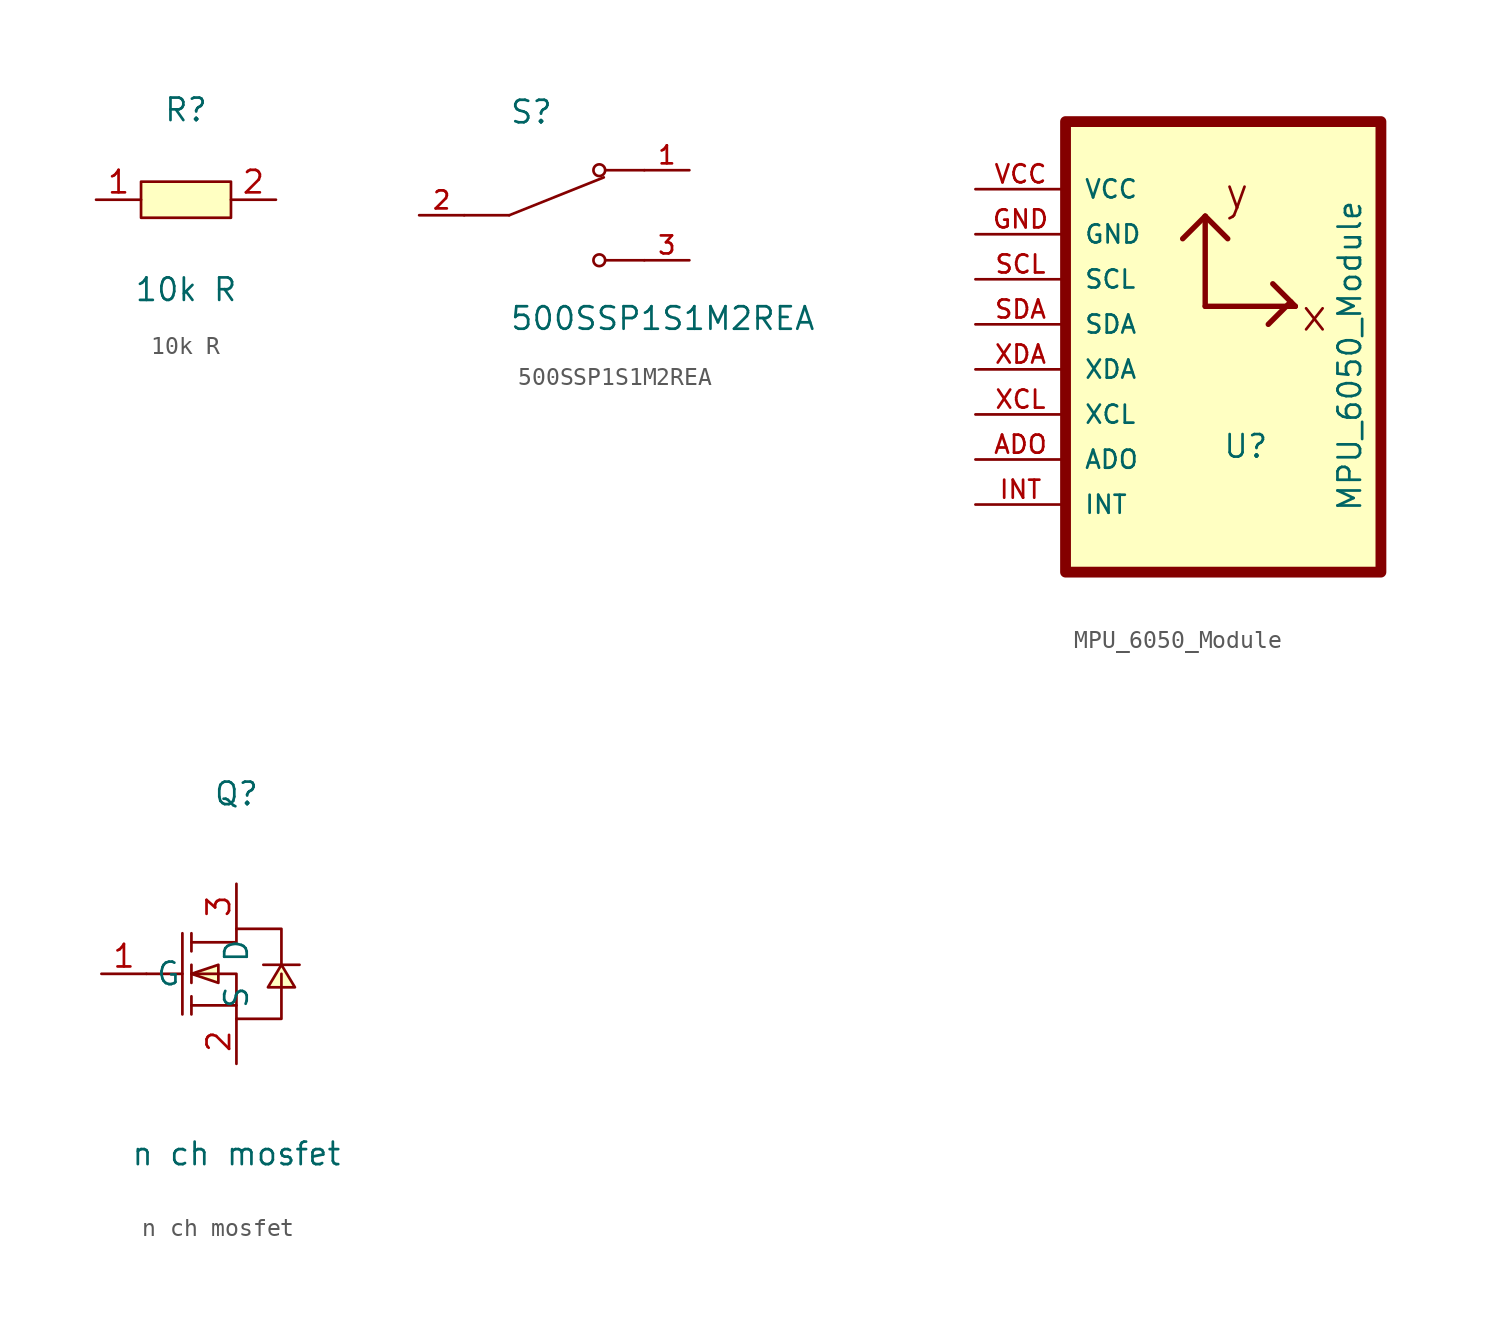
<source format=kicad_sym>
(kicad_symbol_lib
  (version 20241209)
  (generator "kicad_symbol_editor")
  (generator_version "9.0")
  (symbol "10k R"
    (property "Reference" "R"
      (at 0 5.08 0)
      (effects (font (size 1.27 1.27))))
    (property "Value" "10k R"
      (at 0 -5.08 0)
      (effects (font (size 1.27 1.27))))
    (symbol "10k R_0_1"
      (rectangle (start -2.54 1.02) (end 2.54 -1.02) (stroke (width 0) (type default)) (fill (type background))))
    (symbol "10k R_1_1"
      (pin input line (at -5.08 0 0) (length 2.54) (name "" (effects (font (size 1.27 1.27)))) (number "1" (effects (font (size 1.27 1.27)))))
      (pin input line (at 5.08 0 180) (length 2.54) (name "" (effects (font (size 1.27 1.27)))) (number "2" (effects (font (size 1.27 1.27)))))))
  (symbol "500SSP1S1M2REA"
    (pin_names
      (offset 1.016))
    (property "Reference" "S"
      (at -2.54 5.08 0)
      (effects (font (size 1.27 1.27)) (justify left bottom)))
    (property "Value" "500SSP1S1M2REA"
      (at -2.54 -5.08 0)
      (effects (font (size 1.27 1.27)) (justify left top)))
    (symbol "500SSP1S1M2REA_0_0"
      (polyline (pts (xy -2.54 0) (xy -5.08 0)) (stroke (width 0.152) (type default)) (fill (type none)))
      (polyline (pts (xy -2.54 0) (xy 2.794 2.134)) (stroke (width 0.152) (type default)) (fill (type none)))
      (circle (center 2.54 2.54) (radius 0.33) (stroke (width 0.152) (type default)) (fill (type none)))
      (circle (center 2.54 -2.54) (radius 0.33) (stroke (width 0.152) (type default)) (fill (type none)))
      (polyline (pts (xy 5.08 2.54) (xy 2.921 2.54)) (stroke (width 0.152) (type default)) (fill (type none)))
      (polyline (pts (xy 5.08 -2.54) (xy 2.921 -2.54)) (stroke (width 0.152) (type default)) (fill (type none)))
      (pin passive line (at -7.62 0 0) (length 2.54) (name "~" (effects (font (size 1.016 1.016)))) (number "2" (effects (font (size 1.016 1.016)))))
      (pin passive line (at 7.62 2.54 180) (length 2.54) (name "~" (effects (font (size 1.016 1.016)))) (number "1" (effects (font (size 1.016 1.016)))))
      (pin passive line (at 7.62 -2.54 180) (length 2.54) (name "~" (effects (font (size 1.016 1.016)))) (number "3" (effects (font (size 1.016 1.016)))))))
  (symbol "MPU_6050_Module"
    (pin_names
      (offset 1.016))
    (property "Reference" "U"
      (at 0 0 0)
      (effects (font (size 1.27 1.27)) (justify bottom)))
    (property "Value" "MPU_6050_Module"
      (at 6.604 5.842 90)
      (effects (font (size 1.27 1.27)) (justify bottom)))
    (symbol "MPU_6050_Module_0_0"
      (rectangle (start -10.16 19.05) (end 7.62 -6.35) (stroke (width 0.61) (type default)) (fill (type background)))
      (polyline (pts (xy -2.286 13.716) (xy -3.556 12.446)) (stroke (width 0.305) (type default)) (fill (type none)))
      (polyline (pts (xy -2.286 13.716) (xy -1.016 12.446)) (stroke (width 0.305) (type default)) (fill (type none)))
      (polyline (pts (xy -2.286 8.636) (xy -2.286 13.716)) (stroke (width 0.305) (type default)) (fill (type none)))
      (polyline (pts (xy -2.286 8.636) (xy 2.794 8.636)) (stroke (width 0.305) (type default)) (fill (type none)))
      (polyline (pts (xy 2.54 8.89) (xy 1.27 7.62)) (stroke (width 0.305) (type default)) (fill (type none)))
      (polyline (pts (xy 2.794 8.636) (xy 1.524 9.906)) (stroke (width 0.305) (type default)) (fill (type none)))
      (text "y" (at -1.27 13.97 0) (effects (font (size 1.778 1.778)) (justify left bottom)))
      (text "x" (at 3.048 7.112 0) (effects (font (size 1.778 1.778)) (justify left bottom)))
      (pin bidirectional line (at -15.24 10.16 0) (length 5.08) (name "SCL" (effects (font (size 1.016 1.016)))) (number "SCL" (effects (font (size 1.016 1.016)))))
      (pin bidirectional line (at -15.24 7.62 0) (length 5.08) (name "SDA" (effects (font (size 1.016 1.016)))) (number "SDA" (effects (font (size 1.016 1.016)))))
      (pin bidirectional line (at -15.24 5.08 0) (length 5.08) (name "XDA" (effects (font (size 1.016 1.016)))) (number "XDA" (effects (font (size 1.016 1.016)))))
      (pin bidirectional line (at -15.24 2.54 0) (length 5.08) (name "XCL" (effects (font (size 1.016 1.016)))) (number "XCL" (effects (font (size 1.016 1.016)))))
      (pin bidirectional line (at -15.24 0 0) (length 5.08) (name "ADO" (effects (font (size 1.016 1.016)))) (number "ADO" (effects (font (size 1.016 1.016)))))
      (pin bidirectional line (at -15.24 -2.54 0) (length 5.08) (name "INT" (effects (font (size 1.016 1.016)))) (number "INT" (effects (font (size 1.016 1.016))))))
    (symbol "MPU_6050_Module_1_0"
      (pin power_in line (at -15.24 15.24 0) (length 5.08) (name "VCC" (effects (font (size 1.016 1.016)))) (number "VCC" (effects (font (size 1.016 1.016)))))
      (pin power_in line (at -15.24 12.7 0) (length 5.08) (name "GND" (effects (font (size 1.016 1.016)))) (number "GND" (effects (font (size 1.016 1.016)))))))
  (symbol "n ch mosfet"
    (property "Reference" "Q"
      (at 0 10.16 0)
      (effects (font (size 1.27 1.27))))
    (property "Value" "n ch mosfet"
      (at 0 -10.16 0)
      (effects (font (size 1.27 1.27))))
    (symbol "n ch mosfet_0_1"
      (polyline (pts (xy -5.08 0) (xy -3.05 0)) (stroke (width 0) (type default)) (fill (type none)))
      (polyline (pts (xy -3.05 2.29) (xy -3.05 -2.29)) (stroke (width 0) (type default)) (fill (type none)))
      (polyline (pts (xy -2.54 2.29) (xy -2.54 1.27)) (stroke (width 0) (type default)) (fill (type none)))
      (polyline (pts (xy -2.54 1.78) (xy 0 1.78) (xy 0 2.54) (xy 2.54 2.54) (xy 2.54 2.54) (xy 2.54 0.51)) (stroke (width 0) (type default)) (fill (type none)))
      (polyline (pts (xy -2.54 0) (xy -1.02 -0.51) (xy -1.02 0.51) (xy -2.54 0)) (stroke (width 0) (type default)) (fill (type background)))
      (polyline (pts (xy -2.54 0) (xy 0 0) (xy 0 -2.54) (xy 2.54 -2.54) (xy 2.54 -2.54) (xy 2.54 0)) (stroke (width 0) (type default)) (fill (type none)))
      (polyline (pts (xy -2.54 -0.51) (xy -2.54 0.51)) (stroke (width 0) (type default)) (fill (type none)))
      (polyline (pts (xy -2.54 -2.29) (xy -2.54 -1.27)) (stroke (width 0) (type default)) (fill (type none)))
      (polyline (pts (xy 0 -1.78) (xy -2.54 -1.78)) (stroke (width 0) (type default)) (fill (type none)))
      (polyline (pts (xy 2.54 0.51) (xy 1.78 -0.76) (xy 3.3 -0.76) (xy 2.54 0.51)) (stroke (width 0) (type default)) (fill (type background)))
      (polyline (pts (xy 3.56 0.51) (xy 3.05 0.51) (xy 2.03 0.51) (xy 1.52 0.51)) (stroke (width 0) (type default)) (fill (type none)))
      (pin unspecified line (at -7.62 0 0) (length 2.54) (name "G" (effects (font (size 1.27 1.27)))) (number "1" (effects (font (size 1.27 1.27)))))
      (pin unspecified line (at 0 5.08 270) (length 2.54) (name "D" (effects (font (size 1.27 1.27)))) (number "3" (effects (font (size 1.27 1.27)))))
      (pin unspecified line (at 0 -5.08 90) (length 2.54) (name "S" (effects (font (size 1.27 1.27)))) (number "2" (effects (font (size 1.27 1.27))))))))
</source>
